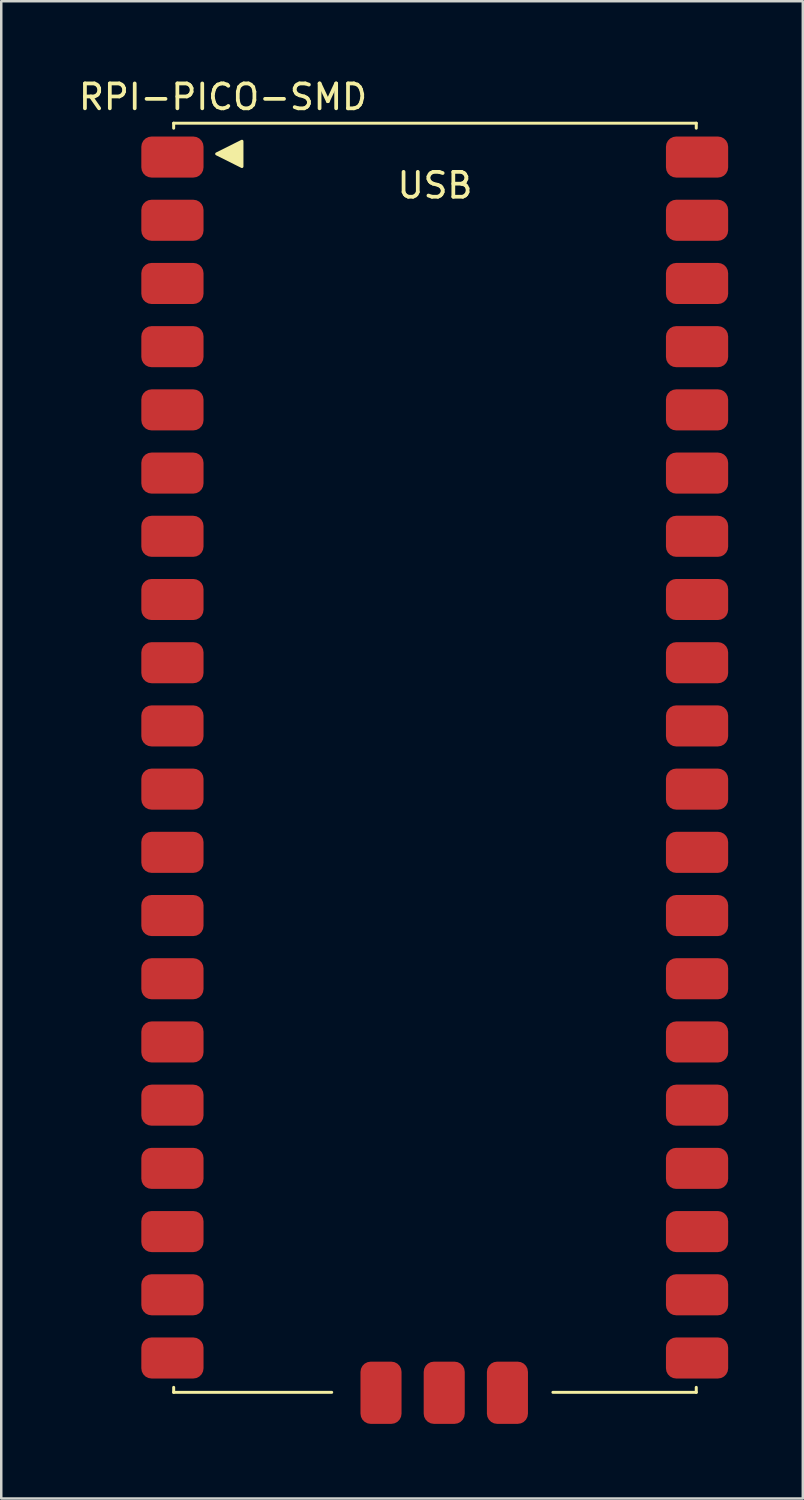
<source format=kicad_pcb>
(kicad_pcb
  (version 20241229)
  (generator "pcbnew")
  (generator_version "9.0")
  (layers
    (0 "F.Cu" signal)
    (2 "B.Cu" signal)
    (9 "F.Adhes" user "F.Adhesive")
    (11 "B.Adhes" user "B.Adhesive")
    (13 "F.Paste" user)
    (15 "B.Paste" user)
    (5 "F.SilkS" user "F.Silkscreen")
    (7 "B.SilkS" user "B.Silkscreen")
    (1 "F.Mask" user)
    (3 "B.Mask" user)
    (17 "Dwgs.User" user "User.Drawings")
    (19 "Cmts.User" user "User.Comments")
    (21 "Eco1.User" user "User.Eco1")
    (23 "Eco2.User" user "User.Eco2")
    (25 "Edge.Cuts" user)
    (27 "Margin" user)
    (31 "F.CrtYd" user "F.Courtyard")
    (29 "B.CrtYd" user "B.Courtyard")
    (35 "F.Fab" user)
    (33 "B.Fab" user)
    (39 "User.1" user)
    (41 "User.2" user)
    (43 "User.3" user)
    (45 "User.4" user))
  (footprint "RPI-PICO-SMD"
    (layer "F.Cu")
    (at 3.929 52.901)
    (property "Reference" "RPI-PICO-SMD" (at 1.982 -52.053 0) (unlocked yes) (layer "F.SilkS") (effects (font (size 1 1) (thickness 0.15))))
    (attr smd)
    (fp_line (start 0 -51) (end 0 -50.8) (stroke (width 0.12) (type solid)) (layer "F.SilkS"))
    (fp_line (start 0 -51) (end 21 -51) (stroke (width 0.12) (type solid)) (layer "F.SilkS"))
    (fp_line (start 0 -0.2) (end 0 0) (stroke (width 0.12) (type solid)) (layer "F.SilkS"))
    (fp_line (start 0 0) (end 6.35 0) (stroke (width 0.12) (type solid)) (layer "F.SilkS"))
    (fp_line (start 21 -51) (end 21 -50.8) (stroke (width 0.12) (type solid)) (layer "F.SilkS"))
    (fp_line (start 21 -0.2) (end 21 0) (stroke (width 0.12) (type solid)) (layer "F.SilkS"))
    (fp_line (start 21 0) (end 15.24 0) (stroke (width 0.12) (type solid)) (layer "F.SilkS"))
    (fp_poly (pts (xy 2.744 -49.259) (xy 1.728 -49.767) (xy 2.744 -50.275)) (stroke (width 0.12) (type solid)) (fill yes) (layer "F.SilkS"))
    (fp_text user "USB" (at 10.5 -48.5 0) (unlocked yes) (layer "F.SilkS") (effects (font (size 1 1) (thickness 0.15))))
    (pad "1" smd roundrect (at -0.05 -49.64) (size 2.5 1.65) (layers "F.Cu" "F.Mask" "F.Paste") (roundrect_rratio 0.25))
    (pad "2" smd roundrect (at -0.05 -47.1) (size 2.5 1.65) (layers "F.Cu" "F.Mask" "F.Paste") (roundrect_rratio 0.25))
    (pad "3" smd roundrect (at -0.05 -44.56) (size 2.5 1.65) (layers "F.Cu" "F.Mask" "F.Paste") (roundrect_rratio 0.25))
    (pad "4" smd roundrect (at -0.05 -42.02) (size 2.5 1.65) (layers "F.Cu" "F.Mask" "F.Paste") (roundrect_rratio 0.25))
    (pad "5" smd roundrect (at -0.05 -39.48) (size 2.5 1.65) (layers "F.Cu" "F.Mask" "F.Paste") (roundrect_rratio 0.25))
    (pad "6" smd roundrect (at -0.05 -36.94) (size 2.5 1.65) (layers "F.Cu" "F.Mask" "F.Paste") (roundrect_rratio 0.25))
    (pad "7" smd roundrect (at -0.05 -34.4) (size 2.5 1.65) (layers "F.Cu" "F.Mask" "F.Paste") (roundrect_rratio 0.25))
    (pad "8" smd roundrect (at -0.05 -31.86) (size 2.5 1.65) (layers "F.Cu" "F.Mask" "F.Paste") (roundrect_rratio 0.25))
    (pad "9" smd roundrect (at -0.05 -29.32) (size 2.5 1.65) (layers "F.Cu" "F.Mask" "F.Paste") (roundrect_rratio 0.25))
    (pad "10" smd roundrect (at -0.05 -26.78) (size 2.5 1.65) (layers "F.Cu" "F.Mask" "F.Paste") (roundrect_rratio 0.25))
    (pad "11" smd roundrect (at -0.05 -24.24) (size 2.5 1.65) (layers "F.Cu" "F.Mask" "F.Paste") (roundrect_rratio 0.25))
    (pad "12" smd roundrect (at -0.05 -21.7) (size 2.5 1.65) (layers "F.Cu" "F.Mask" "F.Paste") (roundrect_rratio 0.25))
    (pad "13" smd roundrect (at -0.05 -19.16) (size 2.5 1.65) (layers "F.Cu" "F.Mask" "F.Paste") (roundrect_rratio 0.25))
    (pad "14" smd roundrect (at -0.05 -16.62) (size 2.5 1.65) (layers "F.Cu" "F.Mask" "F.Paste") (roundrect_rratio 0.25))
    (pad "15" smd roundrect (at -0.05 -14.08) (size 2.5 1.65) (layers "F.Cu" "F.Mask" "F.Paste") (roundrect_rratio 0.25))
    (pad "16" smd roundrect (at -0.05 -11.54) (size 2.5 1.65) (layers "F.Cu" "F.Mask" "F.Paste") (roundrect_rratio 0.25))
    (pad "17" smd roundrect (at -0.05 -9) (size 2.5 1.65) (layers "F.Cu" "F.Mask" "F.Paste") (roundrect_rratio 0.25))
    (pad "18" smd roundrect (at -0.05 -6.46) (size 2.5 1.65) (layers "F.Cu" "F.Mask" "F.Paste") (roundrect_rratio 0.25))
    (pad "19" smd roundrect (at -0.05 -3.92) (size 2.5 1.65) (layers "F.Cu" "F.Mask" "F.Paste") (roundrect_rratio 0.25))
    (pad "20" smd roundrect (at -0.05 -1.38) (size 2.5 1.65) (layers "F.Cu" "F.Mask" "F.Paste") (roundrect_rratio 0.25))
    (pad "21" smd roundrect (at 21.032 -1.38) (size 2.5 1.65) (layers "F.Cu" "F.Mask" "F.Paste") (roundrect_rratio 0.25))
    (pad "22" smd roundrect (at 21.032 -3.92) (size 2.5 1.65) (layers "F.Cu" "F.Mask" "F.Paste") (roundrect_rratio 0.25))
    (pad "23" smd roundrect (at 21.032 -6.46) (size 2.5 1.65) (layers "F.Cu" "F.Mask" "F.Paste") (roundrect_rratio 0.25))
    (pad "24" smd roundrect (at 21.032 -9) (size 2.5 1.65) (layers "F.Cu" "F.Mask" "F.Paste") (roundrect_rratio 0.25))
    (pad "25" smd roundrect (at 21.032 -11.54) (size 2.5 1.65) (layers "F.Cu" "F.Mask" "F.Paste") (roundrect_rratio 0.25))
    (pad "26" smd roundrect (at 21.032 -14.08) (size 2.5 1.65) (layers "F.Cu" "F.Mask" "F.Paste") (roundrect_rratio 0.25))
    (pad "27" smd roundrect (at 21.032 -16.62) (size 2.5 1.65) (layers "F.Cu" "F.Mask" "F.Paste") (roundrect_rratio 0.25))
    (pad "28" smd roundrect (at 21.032 -19.16) (size 2.5 1.65) (layers "F.Cu" "F.Mask" "F.Paste") (roundrect_rratio 0.25))
    (pad "29" smd roundrect (at 21.032 -21.7) (size 2.5 1.65) (layers "F.Cu" "F.Mask" "F.Paste") (roundrect_rratio 0.25))
    (pad "30" smd roundrect (at 21.032 -24.24) (size 2.5 1.65) (layers "F.Cu" "F.Mask" "F.Paste") (roundrect_rratio 0.25))
    (pad "31" smd roundrect (at 21.032 -26.78) (size 2.5 1.65) (layers "F.Cu" "F.Mask" "F.Paste") (roundrect_rratio 0.25))
    (pad "32" smd roundrect (at 21.032 -29.32) (size 2.5 1.65) (layers "F.Cu" "F.Mask" "F.Paste") (roundrect_rratio 0.25))
    (pad "33" smd roundrect (at 21.032 -31.86) (size 2.5 1.65) (layers "F.Cu" "F.Mask" "F.Paste") (roundrect_rratio 0.25))
    (pad "34" smd roundrect (at 21.032 -34.4) (size 2.5 1.65) (layers "F.Cu" "F.Mask" "F.Paste") (roundrect_rratio 0.25))
    (pad "35" smd roundrect (at 21.032 -36.94) (size 2.5 1.65) (layers "F.Cu" "F.Mask" "F.Paste") (roundrect_rratio 0.25))
    (pad "36" smd roundrect (at 21.032 -39.48) (size 2.5 1.65) (layers "F.Cu" "F.Mask" "F.Paste") (roundrect_rratio 0.25))
    (pad "37" smd roundrect (at 21.032 -42.02) (size 2.5 1.65) (layers "F.Cu" "F.Mask" "F.Paste") (roundrect_rratio 0.25))
    (pad "38" smd roundrect (at 21.032 -44.56) (size 2.5 1.65) (layers "F.Cu" "F.Mask" "F.Paste") (roundrect_rratio 0.25))
    (pad "39" smd roundrect (at 21.032 -47.1) (size 2.5 1.65) (layers "F.Cu" "F.Mask" "F.Paste") (roundrect_rratio 0.25))
    (pad "40" smd roundrect (at 21.032 -49.64) (size 2.5 1.65) (layers "F.Cu" "F.Mask" "F.Paste") (roundrect_rratio 0.25))
    (pad "41" smd roundrect (at 8.332 0.017 90) (size 2.5 1.65) (layers "F.Cu" "F.Mask" "F.Paste") (roundrect_rratio 0.25))
    (pad "42" smd roundrect (at 10.872 0.017 90) (size 2.5 1.65) (layers "F.Cu" "F.Mask" "F.Paste") (roundrect_rratio 0.25))
    (pad "43" smd roundrect (at 13.412 0.017 90) (size 2.5 1.65) (layers "F.Cu" "F.Mask" "F.Paste") (roundrect_rratio 0.25)))
  (gr_rect
    (start -3 -3)
    (end 29.211 57.168)
    (stroke (width 0.1) (type default))
    (fill no)
    (layer "Edge.Cuts")))
</source>
